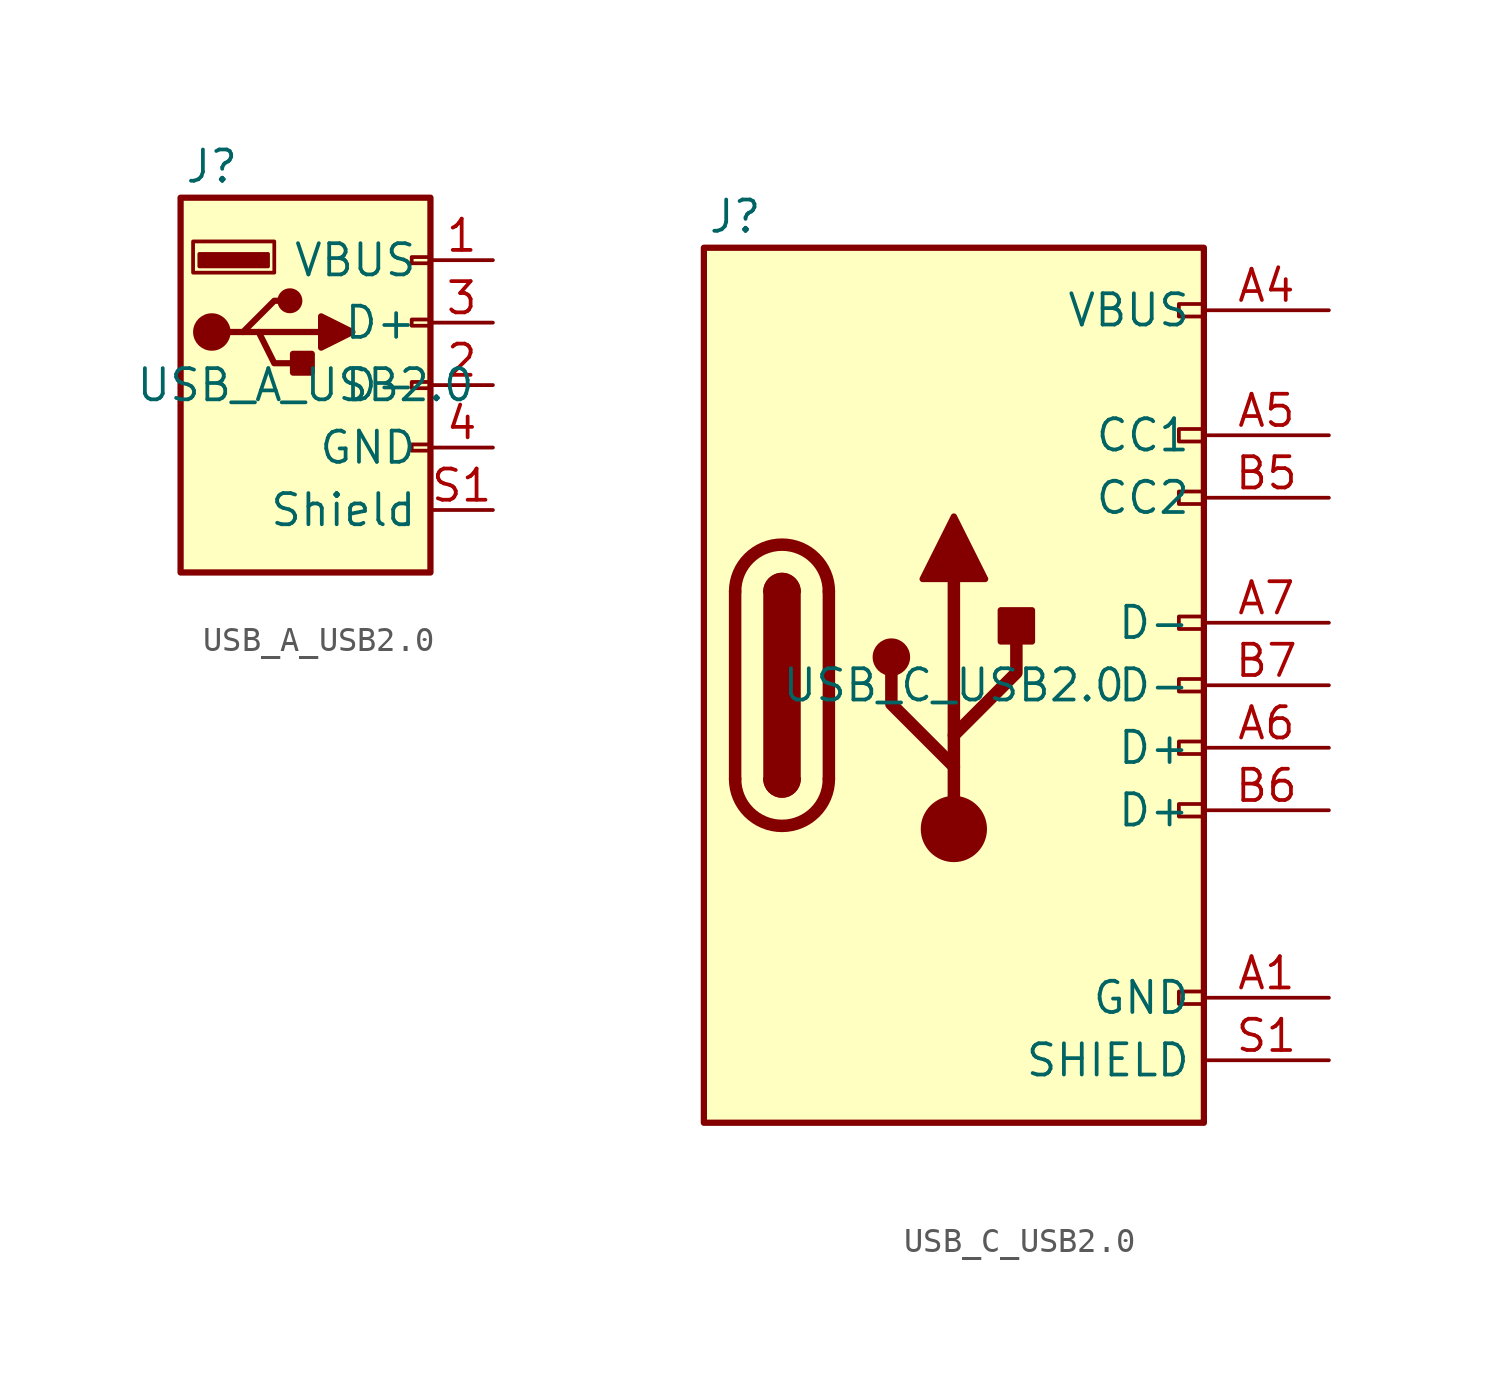
<source format=kicad_sym>
(kicad_symbol_lib
  (version 20220914)
  (generator kicad_symbol_editor)
  (symbol "USB_A_USB2.0"
    (property "Reference" "J"
      (at -3.81 8.89 0)
      (effects (font (size 1.27 1.27))))
    (property "Value" "USB_A_USB2.0"
      (at 0 0 0)
      (effects (font (size 1.27 1.27))))
    (symbol "USB_A_USB2.0_0_1"
      (rectangle (start -5.08 7.62) (end 5.08 -7.62) (stroke (width 0.254) (type default)) (fill (type background)))
      (circle (center -3.81 2.159) (radius 0.635) (stroke (width 0.254) (type default)) (fill (type outline)))
      (rectangle (start -1.524 4.826) (end -4.318 5.334) (stroke (width 0) (type default)) (fill (type outline)))
      (rectangle (start -1.27 4.572) (end -4.572 5.842) (stroke (width 0) (type default)) (fill (type none)))
      (circle (center -0.635 3.429) (radius 0.381) (stroke (width 0.254) (type default)) (fill (type outline)))
      (polyline (pts (xy -3.175 2.159) (xy -2.54 2.159) (xy -1.27 3.429) (xy -0.635 3.429)) (stroke (width 0.254) (type default)) (fill (type none)))
      (polyline (pts (xy -2.54 2.159) (xy -1.905 2.159) (xy -1.27 0.889) (xy 0 0.889)) (stroke (width 0.254) (type default)) (fill (type none)))
      (polyline (pts (xy 0.635 2.794) (xy 0.635 1.524) (xy 1.905 2.159) (xy 0.635 2.794)) (stroke (width 0.254) (type default)) (fill (type outline)))
      (rectangle (start 0.254 1.27) (end -0.508 0.508) (stroke (width 0.254) (type default)) (fill (type outline)))
      (rectangle (start 4.318 2.667) (end 5.08 2.413) (stroke (width 0) (type default)) (fill (type none)))
      (rectangle (start 5.08 -2.667) (end 4.318 -2.413) (stroke (width 0) (type default)) (fill (type none)))
      (rectangle (start 5.08 -0.127) (end 4.318 0.127) (stroke (width 0) (type default)) (fill (type none)))
      (rectangle (start 5.08 4.953) (end 4.318 5.207) (stroke (width 0) (type default)) (fill (type none))))
    (symbol "USB_A_USB2.0_1_1"
      (polyline (pts (xy -1.905 2.159) (xy 0.635 2.159)) (stroke (width 0.254) (type default)) (fill (type none)))
      (pin passive line (at 7.62 5.08 180) (length 2.54) (name "VBUS" (effects (font (size 1.27 1.27)))) (number "1" (effects (font (size 1.27 1.27)))))
      (pin bidirectional line (at 7.62 0 180) (length 2.54) (name "D-" (effects (font (size 1.27 1.27)))) (number "2" (effects (font (size 1.27 1.27)))))
      (pin bidirectional line (at 7.62 2.54 180) (length 2.54) (name "D+" (effects (font (size 1.27 1.27)))) (number "3" (effects (font (size 1.27 1.27)))))
      (pin passive line (at 7.62 -2.54 180) (length 2.54) (name "GND" (effects (font (size 1.27 1.27)))) (number "4" (effects (font (size 1.27 1.27)))))
      (pin passive line (at 7.62 -5.08 180) (length 2.54) (name "Shield" (effects (font (size 1.27 1.27)))) (number "S1" (effects (font (size 1.27 1.27)))))
      (pin passive line (at 7.62 -5.08 180) (length 2.54) hide (name "Shield" (effects (font (size 1.27 1.27)))) (number "S2" (effects (font (size 1.27 1.27)))))
      (pin passive line (at 7.62 -5.08 180) (length 2.54) hide (name "Shield" (effects (font (size 1.27 1.27)))) (number "S3" (effects (font (size 1.27 1.27)))))))
  (symbol "USB_C_USB2.0"
    (property "Reference" "J"
      (at -8.89 19.05 0)
      (effects (font (size 1.27 1.27))))
    (property "Value" "USB_C_USB2.0"
      (at 0 0 0)
      (effects (font (size 1.27 1.27))))
    (symbol "USB_C_USB2.0_0_0"
      (rectangle (start 10.16 -12.446) (end 9.144 -12.954) (stroke (width 0) (type default)) (fill (type none)))
      (rectangle (start 10.16 -4.826) (end 9.144 -5.334) (stroke (width 0) (type default)) (fill (type none)))
      (rectangle (start 10.16 -2.286) (end 9.144 -2.794) (stroke (width 0) (type default)) (fill (type none)))
      (rectangle (start 10.16 0.254) (end 9.144 -0.254) (stroke (width 0) (type default)) (fill (type none)))
      (rectangle (start 10.16 2.794) (end 9.144 2.286) (stroke (width 0) (type default)) (fill (type none)))
      (rectangle (start 10.16 7.874) (end 9.144 7.366) (stroke (width 0) (type default)) (fill (type none)))
      (rectangle (start 10.16 10.414) (end 9.144 9.906) (stroke (width 0) (type default)) (fill (type none)))
      (rectangle (start 10.16 15.494) (end 9.144 14.986) (stroke (width 0) (type default)) (fill (type none))))
    (symbol "USB_C_USB2.0_0_1"
      (rectangle (start -10.16 17.78) (end 10.16 -17.78) (stroke (width 0.254) (type default)) (fill (type background)))
      (arc (start -8.89 -3.81) (mid -6.985 -5.7067) (end -5.08 -3.81) (stroke (width 0.508) (type default)) (fill (type none)))
      (arc (start -7.62 -3.81) (mid -6.985 -4.4423) (end -6.35 -3.81) (stroke (width 0.254) (type default)) (fill (type none)))
      (arc (start -7.62 -3.81) (mid -6.985 -4.4423) (end -6.35 -3.81) (stroke (width 0.254) (type default)) (fill (type outline)))
      (rectangle (start -7.62 -3.81) (end -6.35 3.81) (stroke (width 0.254) (type default)) (fill (type outline)))
      (arc (start -6.35 3.81) (mid -6.985 4.4423) (end -7.62 3.81) (stroke (width 0.254) (type default)) (fill (type none)))
      (arc (start -6.35 3.81) (mid -6.985 4.4423) (end -7.62 3.81) (stroke (width 0.254) (type default)) (fill (type outline)))
      (arc (start -5.08 3.81) (mid -6.985 5.7067) (end -8.89 3.81) (stroke (width 0.508) (type default)) (fill (type none)))
      (circle (center -2.54 1.143) (radius 0.635) (stroke (width 0.254) (type default)) (fill (type outline)))
      (circle (center 0 -5.842) (radius 1.27) (stroke (width 0) (type default)) (fill (type outline)))
      (polyline (pts (xy -8.89 -3.81) (xy -8.89 3.81)) (stroke (width 0.508) (type default)) (fill (type none)))
      (polyline (pts (xy -5.08 3.81) (xy -5.08 -3.81)) (stroke (width 0.508) (type default)) (fill (type none)))
      (polyline (pts (xy 0 -5.842) (xy 0 4.318)) (stroke (width 0.508) (type default)) (fill (type none)))
      (polyline (pts (xy 0 -3.302) (xy -2.54 -0.762) (xy -2.54 0.508)) (stroke (width 0.508) (type default)) (fill (type none)))
      (polyline (pts (xy 0 -2.032) (xy 2.54 0.508) (xy 2.54 1.778)) (stroke (width 0.508) (type default)) (fill (type none)))
      (polyline (pts (xy -1.27 4.318) (xy 0 6.858) (xy 1.27 4.318) (xy -1.27 4.318)) (stroke (width 0.254) (type default)) (fill (type outline)))
      (rectangle (start 1.905 1.778) (end 3.175 3.048) (stroke (width 0.254) (type default)) (fill (type outline))))
    (symbol "USB_C_USB2.0_1_1"
      (pin passive line (at 15.24 -12.7 180) (length 5.08) (name "GND" (effects (font (size 1.27 1.27)))) (number "A1" (effects (font (size 1.27 1.27)))))
      (pin passive line (at 15.24 -12.7 180) (length 5.08) hide (name "GND" (effects (font (size 1.27 1.27)))) (number "A12" (effects (font (size 1.27 1.27)))))
      (pin passive line (at 15.24 15.24 180) (length 5.08) (name "VBUS" (effects (font (size 1.27 1.27)))) (number "A4" (effects (font (size 1.27 1.27)))))
      (pin bidirectional line (at 15.24 10.16 180) (length 5.08) (name "CC1" (effects (font (size 1.27 1.27)))) (number "A5" (effects (font (size 1.27 1.27)))))
      (pin bidirectional line (at 15.24 -2.54 180) (length 5.08) (name "D+" (effects (font (size 1.27 1.27)))) (number "A6" (effects (font (size 1.27 1.27)))))
      (pin bidirectional line (at 15.24 2.54 180) (length 5.08) (name "D-" (effects (font (size 1.27 1.27)))) (number "A7" (effects (font (size 1.27 1.27)))))
      (pin passive line (at 15.24 15.24 180) (length 5.08) hide (name "VBUS" (effects (font (size 1.27 1.27)))) (number "A9" (effects (font (size 1.27 1.27)))))
      (pin passive line (at 15.24 -12.7 180) (length 5.08) hide (name "GND" (effects (font (size 1.27 1.27)))) (number "B1" (effects (font (size 1.27 1.27)))))
      (pin passive line (at 15.24 -12.7 180) (length 5.08) hide (name "GND" (effects (font (size 1.27 1.27)))) (number "B12" (effects (font (size 1.27 1.27)))))
      (pin passive line (at 15.24 15.24 180) (length 5.08) hide (name "VBUS" (effects (font (size 1.27 1.27)))) (number "B4" (effects (font (size 1.27 1.27)))))
      (pin bidirectional line (at 15.24 7.62 180) (length 5.08) (name "CC2" (effects (font (size 1.27 1.27)))) (number "B5" (effects (font (size 1.27 1.27)))))
      (pin bidirectional line (at 15.24 -5.08 180) (length 5.08) (name "D+" (effects (font (size 1.27 1.27)))) (number "B6" (effects (font (size 1.27 1.27)))))
      (pin bidirectional line (at 15.24 0 180) (length 5.08) (name "D-" (effects (font (size 1.27 1.27)))) (number "B7" (effects (font (size 1.27 1.27)))))
      (pin passive line (at 15.24 15.24 180) (length 5.08) hide (name "VBUS" (effects (font (size 1.27 1.27)))) (number "B9" (effects (font (size 1.27 1.27)))))
      (pin passive line (at 15.24 -15.24 180) (length 5.08) (name "SHIELD" (effects (font (size 1.27 1.27)))) (number "S1" (effects (font (size 1.27 1.27)))))
      (pin passive line (at 15.24 -15.24 180) (length 5.08) hide (name "SHIELD" (effects (font (size 1.27 1.27)))) (number "S2" (effects (font (size 1.27 1.27)))))
      (pin passive line (at 15.24 -15.24 180) (length 5.08) hide (name "SHIELD" (effects (font (size 1.27 1.27)))) (number "S3" (effects (font (size 1.27 1.27)))))
      (pin passive line (at 15.24 -15.24 180) (length 5.08) hide (name "SHIELD" (effects (font (size 1.27 1.27)))) (number "S4" (effects (font (size 1.27 1.27))))))))
</source>
